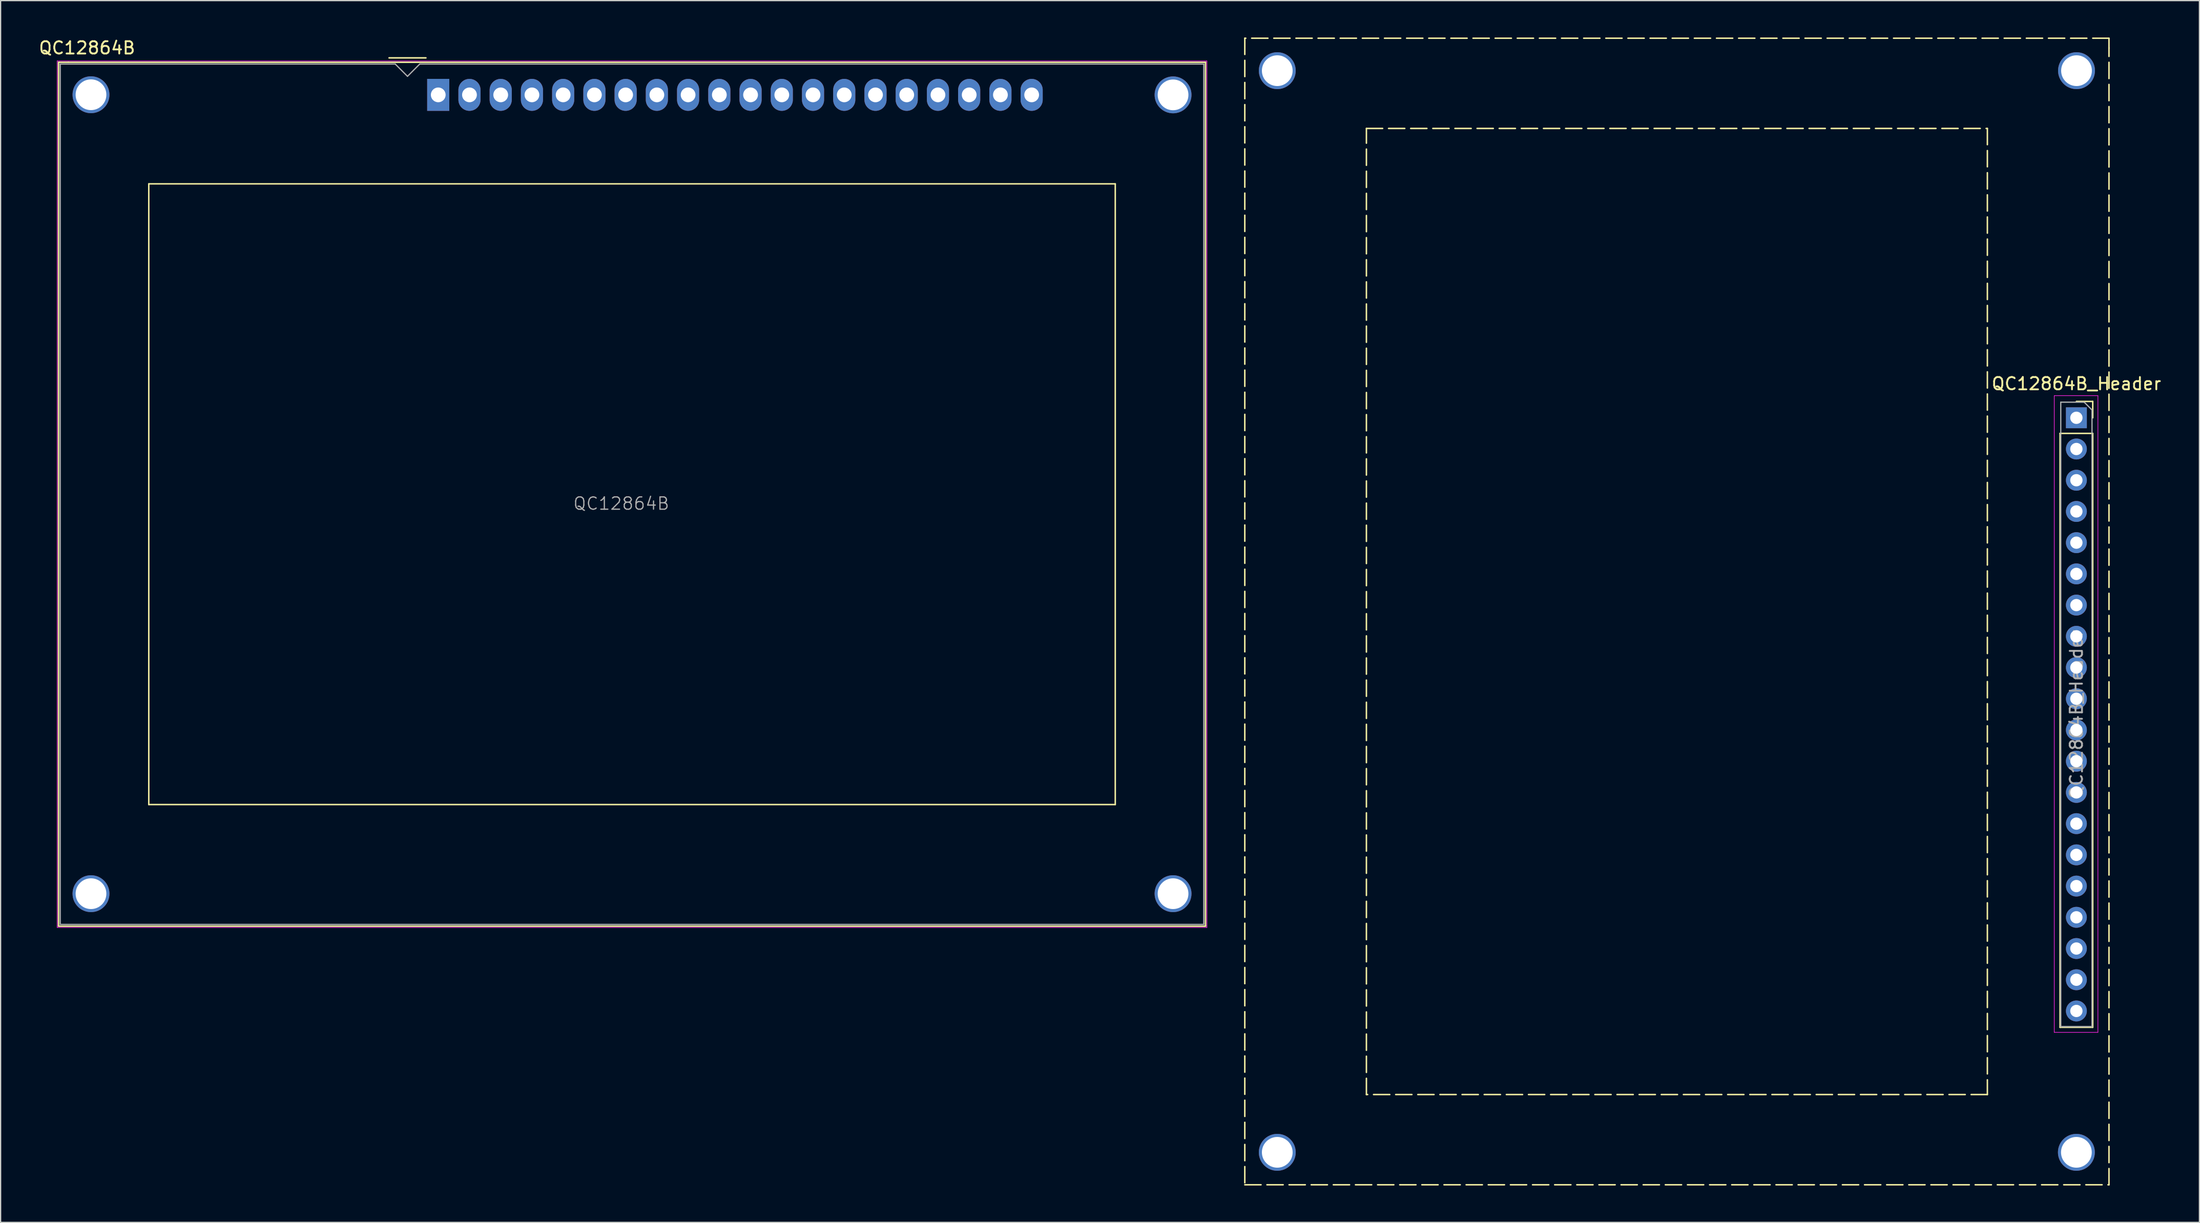
<source format=kicad_pcb>
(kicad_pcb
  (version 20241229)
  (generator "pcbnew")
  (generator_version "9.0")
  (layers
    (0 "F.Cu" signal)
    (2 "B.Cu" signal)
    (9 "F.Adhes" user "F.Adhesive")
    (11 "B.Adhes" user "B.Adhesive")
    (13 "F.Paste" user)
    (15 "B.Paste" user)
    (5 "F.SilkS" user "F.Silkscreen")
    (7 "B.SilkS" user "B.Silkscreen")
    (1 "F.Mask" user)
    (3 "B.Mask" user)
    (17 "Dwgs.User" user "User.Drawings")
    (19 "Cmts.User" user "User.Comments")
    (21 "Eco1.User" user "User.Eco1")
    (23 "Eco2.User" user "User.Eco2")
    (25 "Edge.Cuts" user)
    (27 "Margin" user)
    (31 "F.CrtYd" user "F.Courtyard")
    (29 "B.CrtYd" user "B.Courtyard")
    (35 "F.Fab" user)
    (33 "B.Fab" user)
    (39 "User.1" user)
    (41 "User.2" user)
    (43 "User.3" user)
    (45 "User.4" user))
  (footprint "QC12864B_Header"
    (layer "F.Cu")
    (at 165.815 30.94)
    (property "Reference" "QC12864B_Header" (at 0 -2.77 0) (layer "F.SilkS") (effects (font (size 1 1) (thickness 0.15))))
    (attr through_hole)
    (fp_line (start -67.63 -30.88) (end -67.63 62.4) (stroke (width 0.12) (type dash)) (layer "F.SilkS"))
    (fp_line (start -67.63 62.4) (end 2.65 62.4) (stroke (width 0.12) (type dash)) (layer "F.SilkS"))
    (fp_line (start -57.74 -23.54) (end -7.24 -23.54) (stroke (width 0.12) (type dash)) (layer "F.SilkS"))
    (fp_line (start -57.74 55.06) (end -57.74 -23.54) (stroke (width 0.12) (type dash)) (layer "F.SilkS"))
    (fp_line (start -7.24 -23.54) (end -7.24 55.06) (stroke (width 0.12) (type dash)) (layer "F.SilkS"))
    (fp_line (start -7.24 55.06) (end -57.74 55.06) (stroke (width 0.12) (type dash)) (layer "F.SilkS"))
    (fp_line (start -1.33 1.27) (end -1.33 49.59) (stroke (width 0.12) (type solid)) (layer "F.SilkS"))
    (fp_line (start -1.33 1.27) (end 1.33 1.27) (stroke (width 0.12) (type solid)) (layer "F.SilkS"))
    (fp_line (start -1.33 49.59) (end 1.33 49.59) (stroke (width 0.12) (type solid)) (layer "F.SilkS"))
    (fp_line (start 0 -1.33) (end 1.33 -1.33) (stroke (width 0.12) (type solid)) (layer "F.SilkS"))
    (fp_line (start 1.33 -1.33) (end 1.33 0) (stroke (width 0.12) (type solid)) (layer "F.SilkS"))
    (fp_line (start 1.33 1.27) (end 1.33 49.59) (stroke (width 0.12) (type solid)) (layer "F.SilkS"))
    (fp_line (start 2.65 -30.88) (end -67.63 -30.88) (stroke (width 0.12) (type dash)) (layer "F.SilkS"))
    (fp_line (start 2.65 -30.87) (end 2.65 -30.08) (stroke (width 0.12) (type solid)) (layer "F.SilkS"))
    (fp_line (start 2.65 62.4) (end 2.65 -30.08) (stroke (width 0.12) (type dash)) (layer "F.SilkS"))
    (fp_line (start -1.8 -1.8) (end 1.75 -1.8) (stroke (width 0.05) (type solid)) (layer "F.CrtYd"))
    (fp_line (start -1.8 50) (end -1.8 -1.8) (stroke (width 0.05) (type solid)) (layer "F.CrtYd"))
    (fp_line (start 1.75 -1.8) (end 1.75 50) (stroke (width 0.05) (type solid)) (layer "F.CrtYd"))
    (fp_line (start 1.75 50) (end -1.8 50) (stroke (width 0.05) (type solid)) (layer "F.CrtYd"))
    (fp_line (start -1.27 -1.27) (end 0.635 -1.27) (stroke (width 0.1) (type solid)) (layer "F.Fab"))
    (fp_line (start -1.27 49.53) (end -1.27 -1.27) (stroke (width 0.1) (type solid)) (layer "F.Fab"))
    (fp_line (start 0.635 -1.27) (end 1.27 -0.635) (stroke (width 0.1) (type solid)) (layer "F.Fab"))
    (fp_line (start 1.27 -0.635) (end 1.27 49.53) (stroke (width 0.1) (type solid)) (layer "F.Fab"))
    (fp_line (start 1.27 49.53) (end -1.27 49.53) (stroke (width 0.1) (type solid)) (layer "F.Fab"))
    (fp_text user "${REFERENCE}" (at 0 24.13 90) (layer "F.Fab") (effects (font (size 1 1) (thickness 0.15))))
    (pad "" np_thru_hole circle (at -64.99 -28.24 270) (size 3 3) (drill 2.5) (layers "*.Cu" "*.Mask"))
    (pad "" np_thru_hole circle (at -64.99 59.76 270) (size 3 3) (drill 2.5) (layers "*.Cu" "*.Mask"))
    (pad "" np_thru_hole circle (at 0 59.76 270) (size 3 3) (drill 2.5) (layers "*.Cu" "*.Mask"))
    (pad "" np_thru_hole circle (at 0.01 -28.24 270) (size 3 3) (drill 2.5) (layers "*.Cu" "*.Mask"))
    (pad "1" thru_hole rect (at 0 0) (size 1.7 1.7) (drill 1) (layers "*.Cu" "*.Mask"))
    (pad "2" thru_hole oval (at 0 2.54) (size 1.7 1.7) (drill 1) (layers "*.Cu" "*.Mask"))
    (pad "3" thru_hole oval (at 0 5.08) (size 1.7 1.7) (drill 1) (layers "*.Cu" "*.Mask"))
    (pad "4" thru_hole oval (at 0 7.62) (size 1.7 1.7) (drill 1) (layers "*.Cu" "*.Mask"))
    (pad "5" thru_hole oval (at 0 10.16) (size 1.7 1.7) (drill 1) (layers "*.Cu" "*.Mask"))
    (pad "6" thru_hole oval (at 0 12.7) (size 1.7 1.7) (drill 1) (layers "*.Cu" "*.Mask"))
    (pad "7" thru_hole oval (at 0 15.24) (size 1.7 1.7) (drill 1) (layers "*.Cu" "*.Mask"))
    (pad "8" thru_hole oval (at 0 17.78) (size 1.7 1.7) (drill 1) (layers "*.Cu" "*.Mask"))
    (pad "9" thru_hole oval (at 0 20.32) (size 1.7 1.7) (drill 1) (layers "*.Cu" "*.Mask"))
    (pad "10" thru_hole oval (at 0 22.86) (size 1.7 1.7) (drill 1) (layers "*.Cu" "*.Mask"))
    (pad "11" thru_hole oval (at 0 25.4) (size 1.7 1.7) (drill 1) (layers "*.Cu" "*.Mask"))
    (pad "12" thru_hole oval (at 0 27.94) (size 1.7 1.7) (drill 1) (layers "*.Cu" "*.Mask"))
    (pad "13" thru_hole oval (at 0 30.48) (size 1.7 1.7) (drill 1) (layers "*.Cu" "*.Mask"))
    (pad "14" thru_hole oval (at 0 33.02) (size 1.7 1.7) (drill 1) (layers "*.Cu" "*.Mask"))
    (pad "15" thru_hole oval (at 0 35.56) (size 1.7 1.7) (drill 1) (layers "*.Cu" "*.Mask"))
    (pad "16" thru_hole oval (at 0 38.1) (size 1.7 1.7) (drill 1) (layers "*.Cu" "*.Mask"))
    (pad "17" thru_hole oval (at 0 40.64) (size 1.7 1.7) (drill 1) (layers "*.Cu" "*.Mask"))
    (pad "18" thru_hole oval (at 0 43.18) (size 1.7 1.7) (drill 1) (layers "*.Cu" "*.Mask"))
    (pad "19" thru_hole oval (at 0 45.72) (size 1.7 1.7) (drill 1) (layers "*.Cu" "*.Mask"))
    (pad "20" thru_hole oval (at 0 48.26) (size 1.7 1.7) (drill 1) (layers "*.Cu" "*.Mask")))
  (footprint "QC12864B"
    (layer "F.Cu")
    (at 32.59 4.668)
    (property "Reference" "QC12864B" (at -28.56 -3.82 0) (layer "F.SilkS") (effects (font (size 1 1) (thickness 0.15))))
    (attr through_hole)
    (fp_line (start -30.88 -2.65) (end -30.88 67.63) (stroke (width 0.12) (type solid)) (layer "F.SilkS"))
    (fp_line (start -30.88 67.63) (end 62.4 67.63) (stroke (width 0.12) (type solid)) (layer "F.SilkS"))
    (fp_line (start -30.87 -2.65) (end -30.08 -2.65) (stroke (width 0.12) (type solid)) (layer "F.SilkS"))
    (fp_line (start -23.54 7.24) (end 55.06 7.24) (stroke (width 0.12) (type solid)) (layer "F.SilkS"))
    (fp_line (start -23.54 57.74) (end -23.54 7.24) (stroke (width 0.12) (type solid)) (layer "F.SilkS"))
    (fp_line (start -4 -3.01) (end -1 -3.01) (stroke (width 0.12) (type solid)) (layer "F.SilkS"))
    (fp_line (start 55.06 7.24) (end 55.06 57.74) (stroke (width 0.12) (type solid)) (layer "F.SilkS"))
    (fp_line (start 55.06 57.74) (end -23.54 57.74) (stroke (width 0.12) (type solid)) (layer "F.SilkS"))
    (fp_line (start 62.4 -2.65) (end -30.08 -2.65) (stroke (width 0.12) (type solid)) (layer "F.SilkS"))
    (fp_line (start 62.4 67.63) (end 62.4 -2.65) (stroke (width 0.12) (type solid)) (layer "F.SilkS"))
    (fp_line (start -30.99 -2.76) (end -30.99 67.74) (stroke (width 0.05) (type solid)) (layer "F.CrtYd"))
    (fp_line (start -30.99 -2.76) (end 62.51 -2.76) (stroke (width 0.05) (type solid)) (layer "F.CrtYd"))
    (fp_line (start -30.99 67.74) (end 62.51 67.74) (stroke (width 0.05) (type solid)) (layer "F.CrtYd"))
    (fp_line (start 62.51 -2.76) (end 62.51 67.74) (stroke (width 0.05) (type solid)) (layer "F.CrtYd"))
    (fp_line (start -30.74 67.49) (end -30.74 -2.51) (stroke (width 0.1) (type solid)) (layer "F.Fab"))
    (fp_line (start -3.5 -2.51) (end -30.74 -2.51) (stroke (width 0.1) (type solid)) (layer "F.Fab"))
    (fp_line (start -2.5 -1.51) (end -3.5 -2.51) (stroke (width 0.1) (type solid)) (layer "F.Fab"))
    (fp_line (start -1.5 -2.51) (end -2.5 -1.51) (stroke (width 0.1) (type solid)) (layer "F.Fab"))
    (fp_line (start -1.5 -2.51) (end 62.26 -2.51) (stroke (width 0.1) (type solid)) (layer "F.Fab"))
    (fp_line (start 62.26 -2.51) (end 62.26 67.49) (stroke (width 0.1) (type solid)) (layer "F.Fab"))
    (fp_line (start 62.26 67.49) (end -30.74 67.49) (stroke (width 0.1) (type solid)) (layer "F.Fab"))
    (fp_text user "${REFERENCE}" (at 14.89 33.25 0) (layer "F.Fab") (effects (font (size 1 1) (thickness 0.1))))
    (pad "" thru_hole circle (at -28.24 -0.01) (size 3 3) (drill 2.5) (layers "*.Cu" "*.Mask"))
    (pad "" thru_hole circle (at -28.24 64.99) (size 3 3) (drill 2.5) (layers "*.Cu" "*.Mask"))
    (pad "" thru_hole circle (at 59.76 0) (size 3 3) (drill 2.5) (layers "*.Cu" "*.Mask"))
    (pad "" thru_hole circle (at 59.76 64.99) (size 3 3) (drill 2.5) (layers "*.Cu" "*.Mask"))
    (pad "1" thru_hole rect (at 0 0) (size 1.8 2.6) (drill 1.2) (layers "*.Cu" "*.Mask"))
    (pad "2" thru_hole oval (at 2.54 0) (size 1.8 2.6) (drill 1.2) (layers "*.Cu" "*.Mask"))
    (pad "3" thru_hole oval (at 5.08 0) (size 1.8 2.6) (drill 1.2) (layers "*.Cu" "*.Mask"))
    (pad "4" thru_hole oval (at 7.62 0) (size 1.8 2.6) (drill 1.2) (layers "*.Cu" "*.Mask"))
    (pad "5" thru_hole oval (at 10.16 0) (size 1.8 2.6) (drill 1.2) (layers "*.Cu" "*.Mask"))
    (pad "6" thru_hole oval (at 12.7 0) (size 1.8 2.6) (drill 1.2) (layers "*.Cu" "*.Mask"))
    (pad "7" thru_hole oval (at 15.24 0) (size 1.8 2.6) (drill 1.2) (layers "*.Cu" "*.Mask"))
    (pad "8" thru_hole oval (at 17.78 0) (size 1.8 2.6) (drill 1.2) (layers "*.Cu" "*.Mask"))
    (pad "9" thru_hole oval (at 20.32 0) (size 1.8 2.6) (drill 1.2) (layers "*.Cu" "*.Mask"))
    (pad "10" thru_hole oval (at 22.86 0) (size 1.8 2.6) (drill 1.2) (layers "*.Cu" "*.Mask"))
    (pad "11" thru_hole oval (at 25.4 0) (size 1.8 2.6) (drill 1.2) (layers "*.Cu" "*.Mask"))
    (pad "12" thru_hole oval (at 27.94 0) (size 1.8 2.6) (drill 1.2) (layers "*.Cu" "*.Mask"))
    (pad "13" thru_hole oval (at 30.48 0) (size 1.8 2.6) (drill 1.2) (layers "*.Cu" "*.Mask"))
    (pad "14" thru_hole oval (at 33.02 0) (size 1.8 2.6) (drill 1.2) (layers "*.Cu" "*.Mask"))
    (pad "15" thru_hole oval (at 35.56 0) (size 1.8 2.6) (drill 1.2) (layers "*.Cu" "*.Mask"))
    (pad "16" thru_hole oval (at 38.1 0) (size 1.8 2.6) (drill 1.2) (layers "*.Cu" "*.Mask"))
    (pad "17" thru_hole oval (at 40.64 0) (size 1.8 2.6) (drill 1.2) (layers "*.Cu" "*.Mask"))
    (pad "18" thru_hole oval (at 43.18 0) (size 1.8 2.6) (drill 1.2) (layers "*.Cu" "*.Mask"))
    (pad "19" thru_hole oval (at 45.72 0) (size 1.8 2.6) (drill 1.2) (layers "*.Cu" "*.Mask"))
    (pad "20" thru_hole oval (at 48.26 0) (size 1.8 2.6) (drill 1.2) (layers "*.Cu" "*.Mask")))
  (gr_rect
    (start -3 -3)
    (end 175.821 96.4)
    (stroke (width 0.1) (type default))
    (fill no)
    (layer "Edge.Cuts")))
</source>
